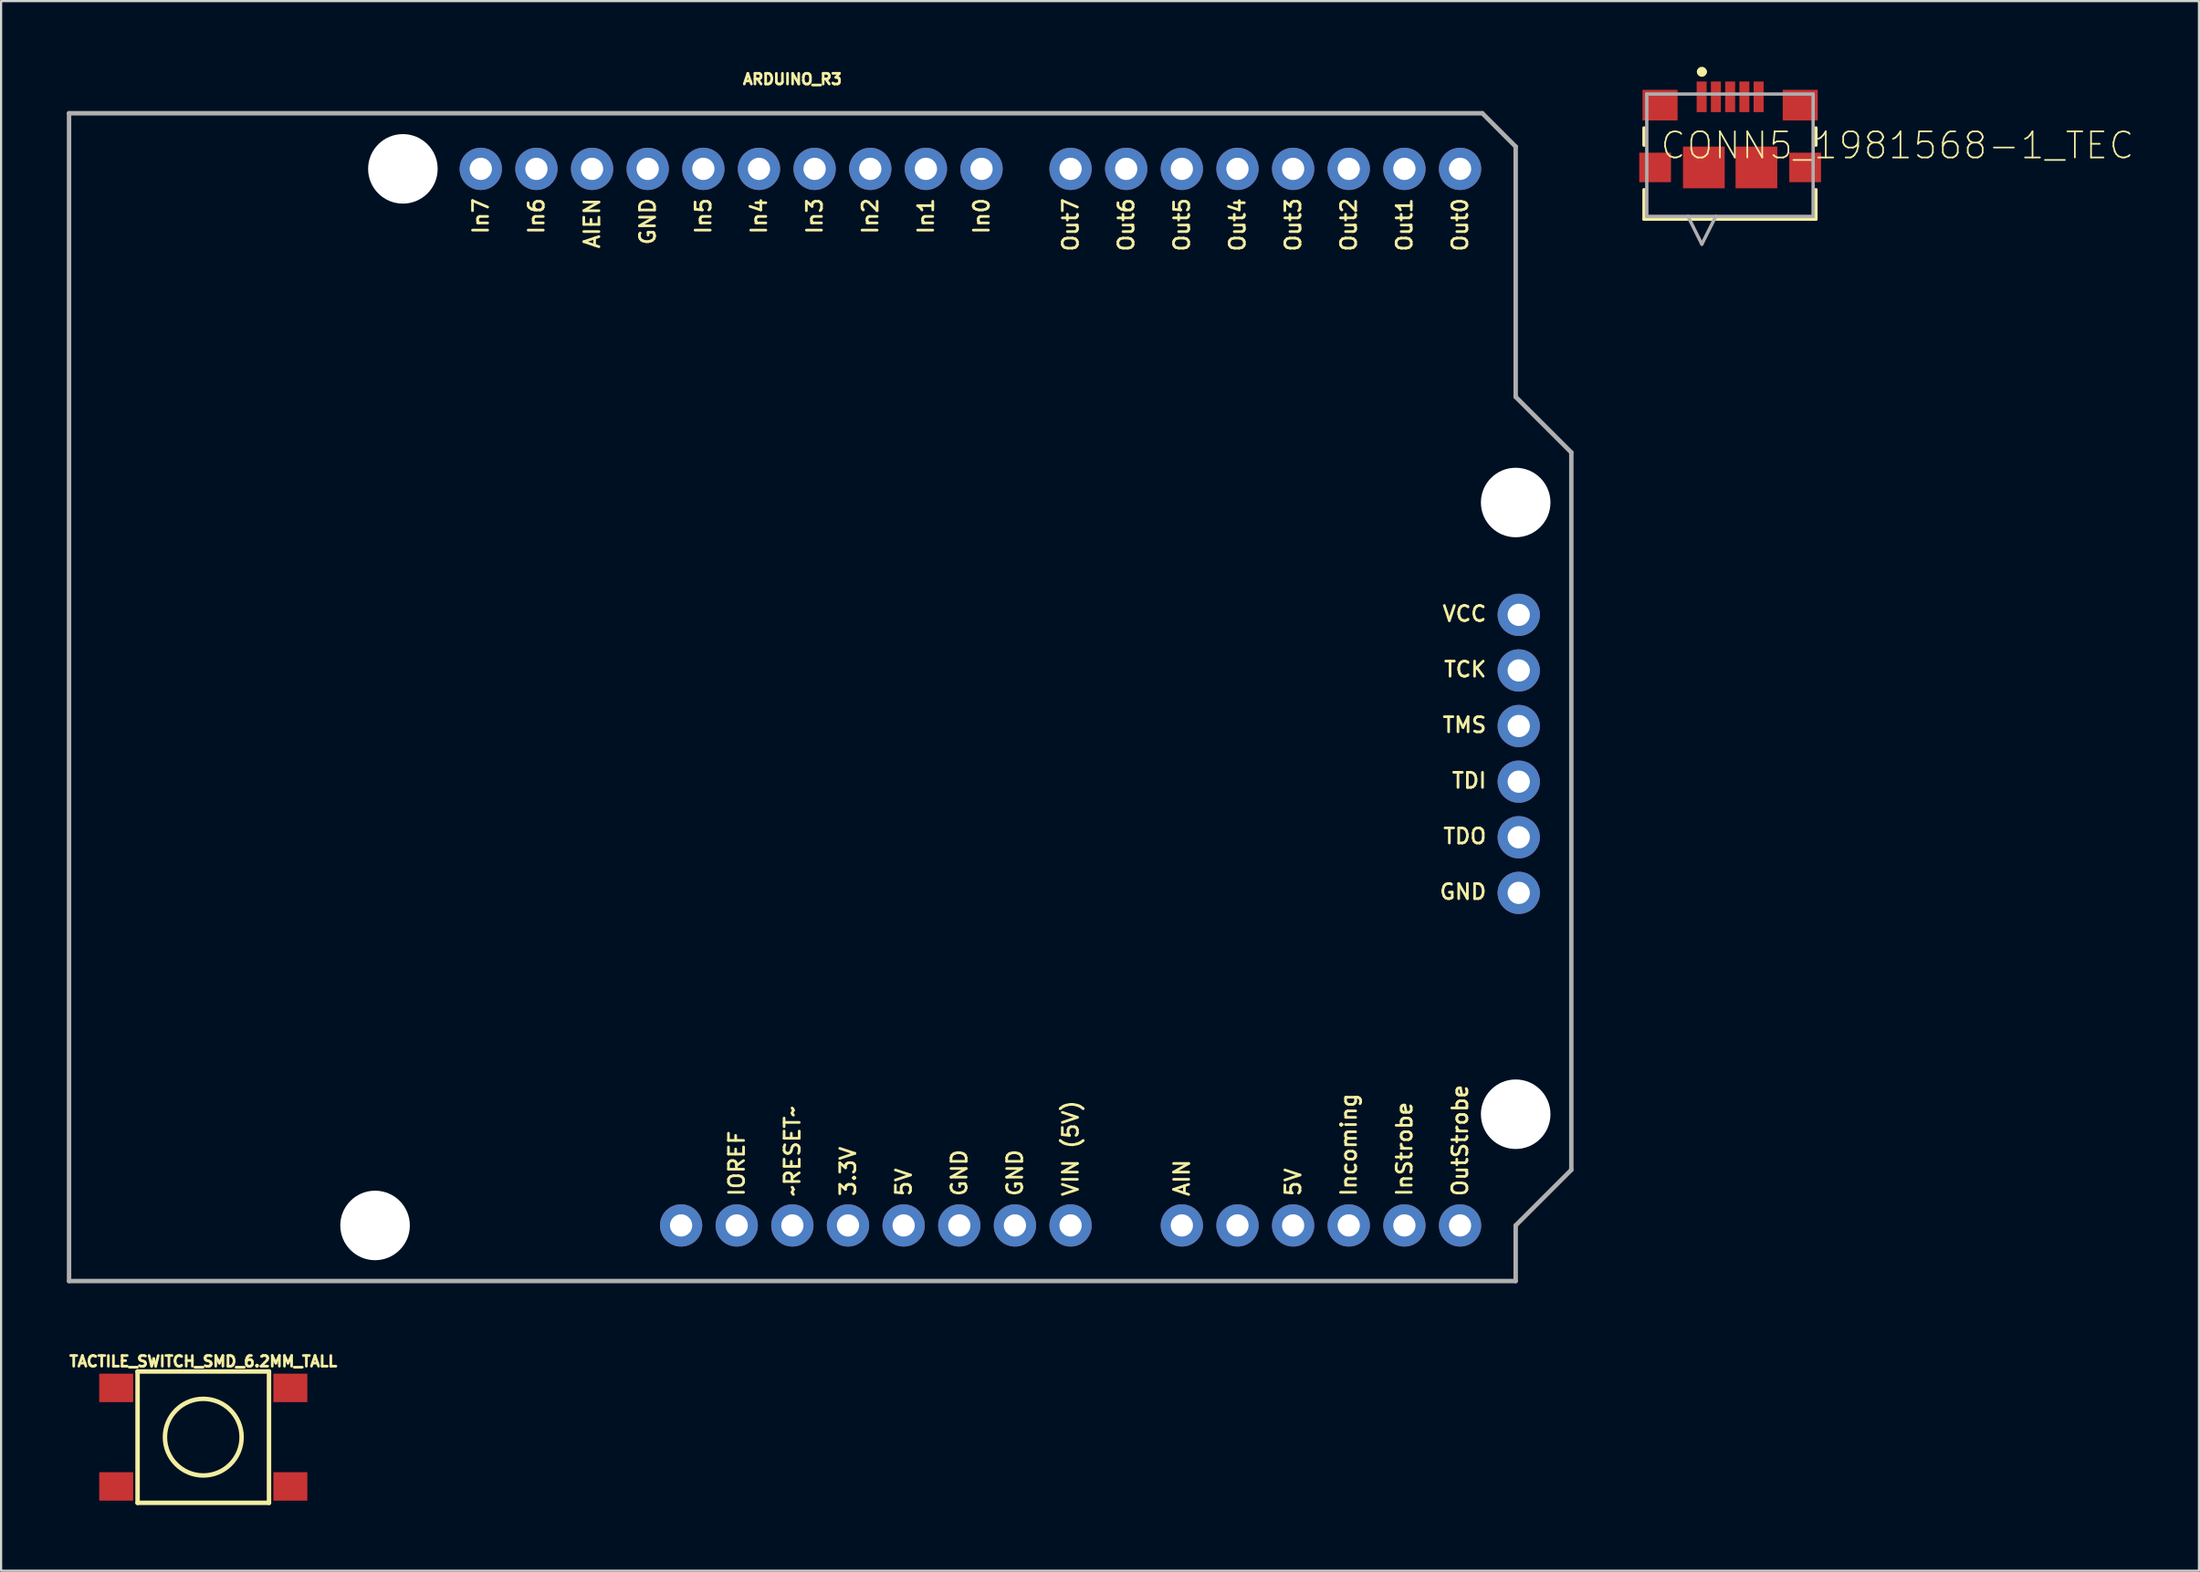
<source format=kicad_pcb>
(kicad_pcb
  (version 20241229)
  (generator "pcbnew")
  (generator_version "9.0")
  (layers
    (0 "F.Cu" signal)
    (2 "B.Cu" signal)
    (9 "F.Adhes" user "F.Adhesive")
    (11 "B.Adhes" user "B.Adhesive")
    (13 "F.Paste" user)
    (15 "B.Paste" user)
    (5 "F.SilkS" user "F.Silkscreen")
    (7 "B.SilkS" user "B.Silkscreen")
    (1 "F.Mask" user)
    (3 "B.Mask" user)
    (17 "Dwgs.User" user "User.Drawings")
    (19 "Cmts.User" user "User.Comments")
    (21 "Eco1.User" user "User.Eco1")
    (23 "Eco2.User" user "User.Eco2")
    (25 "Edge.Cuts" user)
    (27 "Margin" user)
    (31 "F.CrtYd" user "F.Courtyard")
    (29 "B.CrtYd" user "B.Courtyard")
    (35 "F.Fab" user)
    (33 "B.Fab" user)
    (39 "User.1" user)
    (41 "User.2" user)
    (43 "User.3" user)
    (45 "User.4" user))
  (footprint "ARDUINO_R3"
    (layer "F.Cu")
    (at 33.122 28.793)
    (property "Reference" "ARDUINO_R3" (at 0 -27.94 0) (unlocked yes) (layer "F.SilkS") (effects (font (size 0.488 0.488) (thickness 0.122)) (justify bottom)))
    (fp_line (start -33.02 -26.67) (end 31.496 -26.67) (stroke (width 0.203) (type solid)) (layer "F.Fab"))
    (fp_line (start -33.02 26.67) (end -33.02 -26.67) (stroke (width 0.203) (type solid)) (layer "F.Fab"))
    (fp_line (start 31.496 -26.67) (end 33.02 -25.146) (stroke (width 0.203) (type solid)) (layer "F.Fab"))
    (fp_line (start 33.02 -25.146) (end 33.02 -13.716) (stroke (width 0.203) (type solid)) (layer "F.Fab"))
    (fp_line (start 33.02 -13.716) (end 35.56 -11.176) (stroke (width 0.203) (type solid)) (layer "F.Fab"))
    (fp_line (start 33.02 24.13) (end 33.02 26.67) (stroke (width 0.203) (type solid)) (layer "F.Fab"))
    (fp_line (start 33.02 26.67) (end -33.02 26.67) (stroke (width 0.203) (type solid)) (layer "F.Fab"))
    (fp_line (start 35.56 -11.176) (end 35.56 21.59) (stroke (width 0.203) (type solid)) (layer "F.Fab"))
    (fp_line (start 35.56 21.59) (end 33.02 24.13) (stroke (width 0.203) (type solid)) (layer "F.Fab"))
    (fp_text user "TCK" (at 31.75 -1.27 0) (unlocked yes) (layer "F.SilkS") (effects (font (size 0.691 0.691) (thickness 0.122)) (justify right)))
    (fp_text user "In5" (at -4.064 -22.86 90) (unlocked yes) (layer "F.SilkS") (effects (font (size 0.691 0.691) (thickness 0.122)) (justify right)))
    (fp_text user "Out2" (at 25.4 -22.86 90) (unlocked yes) (layer "F.SilkS") (effects (font (size 0.691 0.691) (thickness 0.122)) (justify right)))
    (fp_text user "In7" (at -14.224 -22.86 90) (unlocked yes) (layer "F.SilkS") (effects (font (size 0.691 0.691) (thickness 0.122)) (justify right)))
    (fp_text user "In3" (at 1.016 -22.86 90) (unlocked yes) (layer "F.SilkS") (effects (font (size 0.691 0.691) (thickness 0.122)) (justify right)))
    (fp_text user "GND" (at 7.62 22.86 90) (unlocked yes) (layer "F.SilkS") (effects (font (size 0.691 0.691) (thickness 0.122)) (justify left)))
    (fp_text user "In6" (at -11.684 -22.86 90) (unlocked yes) (layer "F.SilkS") (effects (font (size 0.691 0.691) (thickness 0.122)) (justify right)))
    (fp_text user "AIN" (at 17.78 22.86 90) (unlocked yes) (layer "F.SilkS") (effects (font (size 0.691 0.691) (thickness 0.122)) (justify left)))
    (fp_text user "GND" (at 31.75 8.89 0) (unlocked yes) (layer "F.SilkS") (effects (font (size 0.691 0.691) (thickness 0.122)) (justify right)))
    (fp_text user "In1" (at 6.096 -22.86 90) (unlocked yes) (layer "F.SilkS") (effects (font (size 0.691 0.691) (thickness 0.122)) (justify right)))
    (fp_text user "Out5" (at 17.78 -22.86 90) (unlocked yes) (layer "F.SilkS") (effects (font (size 0.691 0.691) (thickness 0.122)) (justify right)))
    (fp_text user "5V" (at 22.86 22.86 90) (unlocked yes) (layer "F.SilkS") (effects (font (size 0.691 0.691) (thickness 0.122)) (justify left)))
    (fp_text user "InStrobe" (at 27.94 22.86 90) (unlocked yes) (layer "F.SilkS") (effects (font (size 0.691 0.691) (thickness 0.122)) (justify left)))
    (fp_text user "~RESET~" (at 0 22.86 90) (unlocked yes) (layer "F.SilkS") (effects (font (size 0.691 0.691) (thickness 0.122)) (justify left)))
    (fp_text user "VCC" (at 31.75 -3.81 0) (unlocked yes) (layer "F.SilkS") (effects (font (size 0.691 0.691) (thickness 0.122)) (justify right)))
    (fp_text user "Out4" (at 20.32 -22.86 90) (unlocked yes) (layer "F.SilkS") (effects (font (size 0.691 0.691) (thickness 0.122)) (justify right)))
    (fp_text user "Out1" (at 27.94 -22.86 90) (unlocked yes) (layer "F.SilkS") (effects (font (size 0.691 0.691) (thickness 0.122)) (justify right)))
    (fp_text user "TMS" (at 31.75 1.27 0) (unlocked yes) (layer "F.SilkS") (effects (font (size 0.691 0.691) (thickness 0.122)) (justify right)))
    (fp_text user "5V" (at 5.08 22.86 90) (unlocked yes) (layer "F.SilkS") (effects (font (size 0.691 0.691) (thickness 0.122)) (justify left)))
    (fp_text user "Incoming" (at 25.4 22.86 90) (unlocked yes) (layer "F.SilkS") (effects (font (size 0.691 0.691) (thickness 0.122)) (justify left)))
    (fp_text user "TDI" (at 31.75 3.81 0) (unlocked yes) (layer "F.SilkS") (effects (font (size 0.691 0.691) (thickness 0.122)) (justify right)))
    (fp_text user "VIN (5V)" (at 12.7 22.86 90) (unlocked yes) (layer "F.SilkS") (effects (font (size 0.691 0.691) (thickness 0.122)) (justify left)))
    (fp_text user "Out6" (at 15.24 -22.86 90) (unlocked yes) (layer "F.SilkS") (effects (font (size 0.691 0.691) (thickness 0.122)) (justify right)))
    (fp_text user "GND" (at -6.604 -22.86 90) (unlocked yes) (layer "F.SilkS") (effects (font (size 0.691 0.691) (thickness 0.122)) (justify right)))
    (fp_text user "IOREF" (at -2.54 22.86 90) (unlocked yes) (layer "F.SilkS") (effects (font (size 0.691 0.691) (thickness 0.122)) (justify left)))
    (fp_text user "AIEN" (at -9.144 -22.86 90) (unlocked yes) (layer "F.SilkS") (effects (font (size 0.691 0.691) (thickness 0.122)) (justify right)))
    (fp_text user "Out3" (at 22.86 -22.86 90) (unlocked yes) (layer "F.SilkS") (effects (font (size 0.691 0.691) (thickness 0.122)) (justify right)))
    (fp_text user "GND" (at 10.16 22.86 90) (unlocked yes) (layer "F.SilkS") (effects (font (size 0.691 0.691) (thickness 0.122)) (justify left)))
    (fp_text user "3.3V" (at 2.54 22.86 90) (unlocked yes) (layer "F.SilkS") (effects (font (size 0.691 0.691) (thickness 0.122)) (justify left)))
    (fp_text user "In0" (at 8.636 -22.86 90) (unlocked yes) (layer "F.SilkS") (effects (font (size 0.691 0.691) (thickness 0.122)) (justify right)))
    (fp_text user "In4" (at -1.524 -22.86 90) (unlocked yes) (layer "F.SilkS") (effects (font (size 0.691 0.691) (thickness 0.122)) (justify right)))
    (fp_text user "Out7" (at 12.7 -22.86 90) (unlocked yes) (layer "F.SilkS") (effects (font (size 0.691 0.691) (thickness 0.122)) (justify right)))
    (fp_text user "TDO" (at 31.75 6.35 0) (unlocked yes) (layer "F.SilkS") (effects (font (size 0.691 0.691) (thickness 0.122)) (justify right)))
    (fp_text user "Out0" (at 30.48 -22.86 90) (unlocked yes) (layer "F.SilkS") (effects (font (size 0.691 0.691) (thickness 0.122)) (justify right)))
    (fp_text user "In2" (at 3.556 -22.86 90) (unlocked yes) (layer "F.SilkS") (effects (font (size 0.691 0.691) (thickness 0.122)) (justify right)))
    (fp_text user "OutStrobe" (at 30.48 22.86 90) (unlocked yes) (layer "F.SilkS") (effects (font (size 0.691 0.691) (thickness 0.122)) (justify left)))
    (pad "" np_thru_hole circle (at -19.05 24.13) (size 3.175 3.175) (drill 3.175) (layers "*.Cu" "*.Mask"))
    (pad "" np_thru_hole circle (at -17.78 -24.13) (size 3.175 3.175) (drill 3.175) (layers "*.Cu" "*.Mask"))
    (pad "" np_thru_hole circle (at 33.02 -8.89) (size 3.175 3.175) (drill 3.175) (layers "*.Cu" "*.Mask"))
    (pad "" np_thru_hole circle (at 33.02 19.05) (size 3.175 3.175) (drill 3.175) (layers "*.Cu" "*.Mask"))
    (pad "3.3V" thru_hole circle (at 2.54 24.13) (size 1.93 1.93) (drill 1.016) (layers "*.Cu" "*.Mask"))
    (pad "5V" thru_hole circle (at 5.08 24.13) (size 1.93 1.93) (drill 1.016) (layers "*.Cu" "*.Mask"))
    (pad "5V@1" thru_hole circle (at 22.86 24.13) (size 1.93 1.93) (drill 1.016) (layers "*.Cu" "*.Mask"))
    (pad "AIN" thru_hole circle (at 17.78 24.13) (size 1.93 1.93) (drill 1.016) (layers "*.Cu" "*.Mask"))
    (pad "AREF" thru_hole circle (at -9.144 -24.13) (size 1.93 1.93) (drill 1.016) (layers "*.Cu" "*.Mask"))
    (pad "GND@1" thru_hole circle (at 7.62 24.13) (size 1.93 1.93) (drill 1.016) (layers "*.Cu" "*.Mask"))
    (pad "GND@2" thru_hole circle (at 10.16 24.13) (size 1.93 1.93) (drill 1.016) (layers "*.Cu" "*.Mask"))
    (pad "GND@3" thru_hole circle (at -6.604 -24.13) (size 1.93 1.93) (drill 1.016) (layers "*.Cu" "*.Mask"))
    (pad "GND@4" thru_hole circle (at 33.16 8.94) (size 1.93 1.93) (drill 1.016) (layers "*.Cu" "*.Mask"))
    (pad "IN0" thru_hole circle (at 8.636 -24.13) (size 1.93 1.93) (drill 1.016) (layers "*.Cu" "*.Mask"))
    (pad "IN1" thru_hole circle (at 6.096 -24.13) (size 1.93 1.93) (drill 1.016) (layers "*.Cu" "*.Mask"))
    (pad "IN2" thru_hole circle (at 3.556 -24.13) (size 1.93 1.93) (drill 1.016) (layers "*.Cu" "*.Mask"))
    (pad "IN3" thru_hole circle (at 1.016 -24.13) (size 1.93 1.93) (drill 1.016) (layers "*.Cu" "*.Mask"))
    (pad "IN4" thru_hole circle (at -1.524 -24.13) (size 1.93 1.93) (drill 1.016) (layers "*.Cu" "*.Mask"))
    (pad "IN5" thru_hole circle (at -4.064 -24.13) (size 1.93 1.93) (drill 1.016) (layers "*.Cu" "*.Mask"))
    (pad "IN6" thru_hole circle (at -11.684 -24.13) (size 1.93 1.93) (drill 1.016) (layers "*.Cu" "*.Mask"))
    (pad "IN7" thru_hole circle (at -14.224 -24.13) (size 1.93 1.93) (drill 1.016) (layers "*.Cu" "*.Mask"))
    (pad "INCOMING" thru_hole circle (at 25.4 24.13) (size 1.93 1.93) (drill 1.016) (layers "*.Cu" "*.Mask"))
    (pad "INST" thru_hole circle (at 27.94 24.13) (size 1.93 1.93) (drill 1.016) (layers "*.Cu" "*.Mask"))
    (pad "IOREF" thru_hole circle (at -2.54 24.13) (size 1.93 1.93) (drill 1.016) (layers "*.Cu" "*.Mask"))
    (pad "NC" thru_hole circle (at -5.08 24.13) (size 1.93 1.93) (drill 1.016) (layers "*.Cu" "*.Mask"))
    (pad "NC@1" thru_hole circle (at 20.32 24.13) (size 1.93 1.93) (drill 1.016) (layers "*.Cu" "*.Mask"))
    (pad "OUT0" thru_hole circle (at 30.48 -24.13) (size 1.93 1.93) (drill 1.016) (layers "*.Cu" "*.Mask"))
    (pad "OUT1" thru_hole circle (at 27.94 -24.13) (size 1.93 1.93) (drill 1.016) (layers "*.Cu" "*.Mask"))
    (pad "OUT2" thru_hole circle (at 25.4 -24.13) (size 1.93 1.93) (drill 1.016) (layers "*.Cu" "*.Mask"))
    (pad "OUT3" thru_hole circle (at 22.86 -24.13) (size 1.93 1.93) (drill 1.016) (layers "*.Cu" "*.Mask"))
    (pad "OUT4" thru_hole circle (at 20.32 -24.13) (size 1.93 1.93) (drill 1.016) (layers "*.Cu" "*.Mask"))
    (pad "OUT5" thru_hole circle (at 17.78 -24.13) (size 1.93 1.93) (drill 1.016) (layers "*.Cu" "*.Mask"))
    (pad "OUT6" thru_hole circle (at 15.24 -24.13) (size 1.93 1.93) (drill 1.016) (layers "*.Cu" "*.Mask"))
    (pad "OUT7" thru_hole circle (at 12.7 -24.13) (size 1.93 1.93) (drill 1.016) (layers "*.Cu" "*.Mask"))
    (pad "OUTST" thru_hole circle (at 30.48 24.13) (size 1.93 1.93) (drill 1.016) (layers "*.Cu" "*.Mask"))
    (pad "RESET@1" thru_hole circle (at 0 24.13) (size 1.93 1.93) (drill 1.016) (layers "*.Cu" "*.Mask"))
    (pad "TCK" thru_hole circle (at 33.16 -1.22) (size 1.93 1.93) (drill 1.016) (layers "*.Cu" "*.Mask"))
    (pad "TDI" thru_hole circle (at 33.16 3.86) (size 1.93 1.93) (drill 1.016) (layers "*.Cu" "*.Mask"))
    (pad "TDO" thru_hole circle (at 33.16 6.4) (size 1.93 1.93) (drill 1.016) (layers "*.Cu" "*.Mask"))
    (pad "TMS" thru_hole circle (at 33.16 1.32) (size 1.93 1.93) (drill 1.016) (layers "*.Cu" "*.Mask"))
    (pad "VCC" thru_hole circle (at 33.16 -3.76) (size 1.93 1.93) (drill 1.016) (layers "*.Cu" "*.Mask"))
    (pad "VIN" thru_hole circle (at 12.7 24.13) (size 1.93 1.93) (drill 1.016) (layers "*.Cu" "*.Mask")))
  (footprint "CONN5_1981568-1_TEC"
    (layer "F.Cu")
    (at 75.962 3.658)
    (property "Reference" "CONN5_1981568-1_TEC" (at -3.277 0.635 0) (unlocked yes) (layer "F.SilkS") (effects (font (size 1.194 1.194) (thickness 0.076)) (justify left bottom)))
    (fp_line (start -3.962 -0.864) (end -3.962 -0.076) (stroke (width 0.152) (type solid)) (layer "F.SilkS"))
    (fp_line (start -3.962 1.956) (end -3.962 3.302) (stroke (width 0.152) (type solid)) (layer "F.SilkS"))
    (fp_line (start -3.962 3.302) (end 3.886 3.302) (stroke (width 0.152) (type solid)) (layer "F.SilkS"))
    (fp_line (start 3.886 -0.076) (end 3.886 -0.864) (stroke (width 0.152) (type solid)) (layer "F.SilkS"))
    (fp_line (start 3.886 3.302) (end 3.886 1.956) (stroke (width 0.152) (type solid)) (layer "F.SilkS"))
    (fp_arc (start -1.4224 -3.429) (mid -1.3208 -3.5306) (end -1.2192 -3.429) (stroke (width 0.254) (type solid)) (layer "F.SilkS"))
    (fp_arc (start -1.2192 -3.429) (mid -1.3208 -3.3274) (end -1.4224 -3.429) (stroke (width 0.254) (type solid)) (layer "F.SilkS"))
    (fp_line (start -3.835 -2.413) (end -3.835 3.175) (stroke (width 0.152) (type solid)) (layer "F.Fab"))
    (fp_line (start -3.835 3.175) (end 3.759 3.175) (stroke (width 0.152) (type solid)) (layer "F.Fab"))
    (fp_line (start -1.956 3.175) (end -1.321 4.445) (stroke (width 0.152) (type solid)) (layer "F.Fab"))
    (fp_line (start -0.686 3.175) (end -1.321 4.445) (stroke (width 0.152) (type solid)) (layer "F.Fab"))
    (fp_line (start 3.759 -2.413) (end -3.835 -2.413) (stroke (width 0.152) (type solid)) (layer "F.Fab"))
    (fp_line (start 3.759 3.175) (end 3.759 -2.413) (stroke (width 0.152) (type solid)) (layer "F.Fab"))
    (pad "1" smd rect (at -1.33 -2.286) (size 0.457 1.397) (layers "F.Cu" "F.Mask" "F.Paste"))
    (pad "2" smd rect (at -0.68 -2.286) (size 0.457 1.397) (layers "F.Cu" "F.Mask" "F.Paste"))
    (pad "3" smd rect (at -0.03 -2.286) (size 0.457 1.397) (layers "F.Cu" "F.Mask" "F.Paste"))
    (pad "4" smd rect (at 0.62 -2.286) (size 0.457 1.397) (layers "F.Cu" "F.Mask" "F.Paste"))
    (pad "5" smd rect (at 1.27 -2.286) (size 0.457 1.397) (layers "F.Cu" "F.Mask" "F.Paste"))
    (pad "6" smd rect (at -3.23 -1.905 90) (size 1.397 1.6) (layers "F.Cu" "F.Mask" "F.Paste"))
    (pad "7" smd rect (at 3.17 -1.905 90) (size 1.397 1.6) (layers "F.Cu" "F.Mask" "F.Paste"))
    (pad "8" smd rect (at -3.455 0.94) (size 1.448 1.346) (layers "F.Cu" "F.Mask" "F.Paste"))
    (pad "9" smd rect (at 3.395 0.94) (size 1.448 1.346) (layers "F.Cu" "F.Mask" "F.Paste"))
    (pad "10" smd rect (at -1.23 0.94) (size 1.905 1.905) (layers "F.Cu" "F.Mask" "F.Paste"))
    (pad "11" smd rect (at 1.17 0.94) (size 1.905 1.905) (layers "F.Cu" "F.Mask" "F.Paste")))
  (footprint "TACTILE_SWITCH_SMD_6.2MM_TALL"
    (layer "F.Cu")
    (at 6.23 62.593)
    (property "Reference" "TACTILE_SWITCH_SMD_6.2MM_TALL" (at 0 -3.175 0) (unlocked yes) (layer "F.SilkS") (effects (font (size 0.488 0.488) (thickness 0.122)) (justify bottom)))
    (fp_line (start -3 -3) (end -3 3) (stroke (width 0.203) (type solid)) (layer "F.SilkS"))
    (fp_line (start -3 3) (end 3 3) (stroke (width 0.203) (type solid)) (layer "F.SilkS"))
    (fp_line (start 3 -3) (end -3 -3) (stroke (width 0.203) (type solid)) (layer "F.SilkS"))
    (fp_line (start 3 3) (end 3 -3) (stroke (width 0.203) (type solid)) (layer "F.SilkS"))
    (fp_circle (center 0 0) (end 1.75 0) (stroke (width 0.203) (type solid)) (fill no) (layer "F.SilkS"))
    (pad "A1" smd rect (at -3.975 2.25 90) (size 1.3 1.55) (layers "F.Cu" "F.Mask" "F.Paste"))
    (pad "A2" smd rect (at 3.975 2.25 90) (size 1.3 1.55) (layers "F.Cu" "F.Mask" "F.Paste"))
    (pad "B1" smd rect (at -3.975 -2.25 90) (size 1.3 1.55) (layers "F.Cu" "F.Mask" "F.Paste"))
    (pad "B2" smd rect (at 3.975 -2.25 90) (size 1.3 1.55) (layers "F.Cu" "F.Mask" "F.Paste")))
  (gr_rect
    (start -3 -3)
    (end 97.334 68.695)
    (stroke (width 0.1) (type default))
    (fill no)
    (layer "Edge.Cuts")))
</source>
